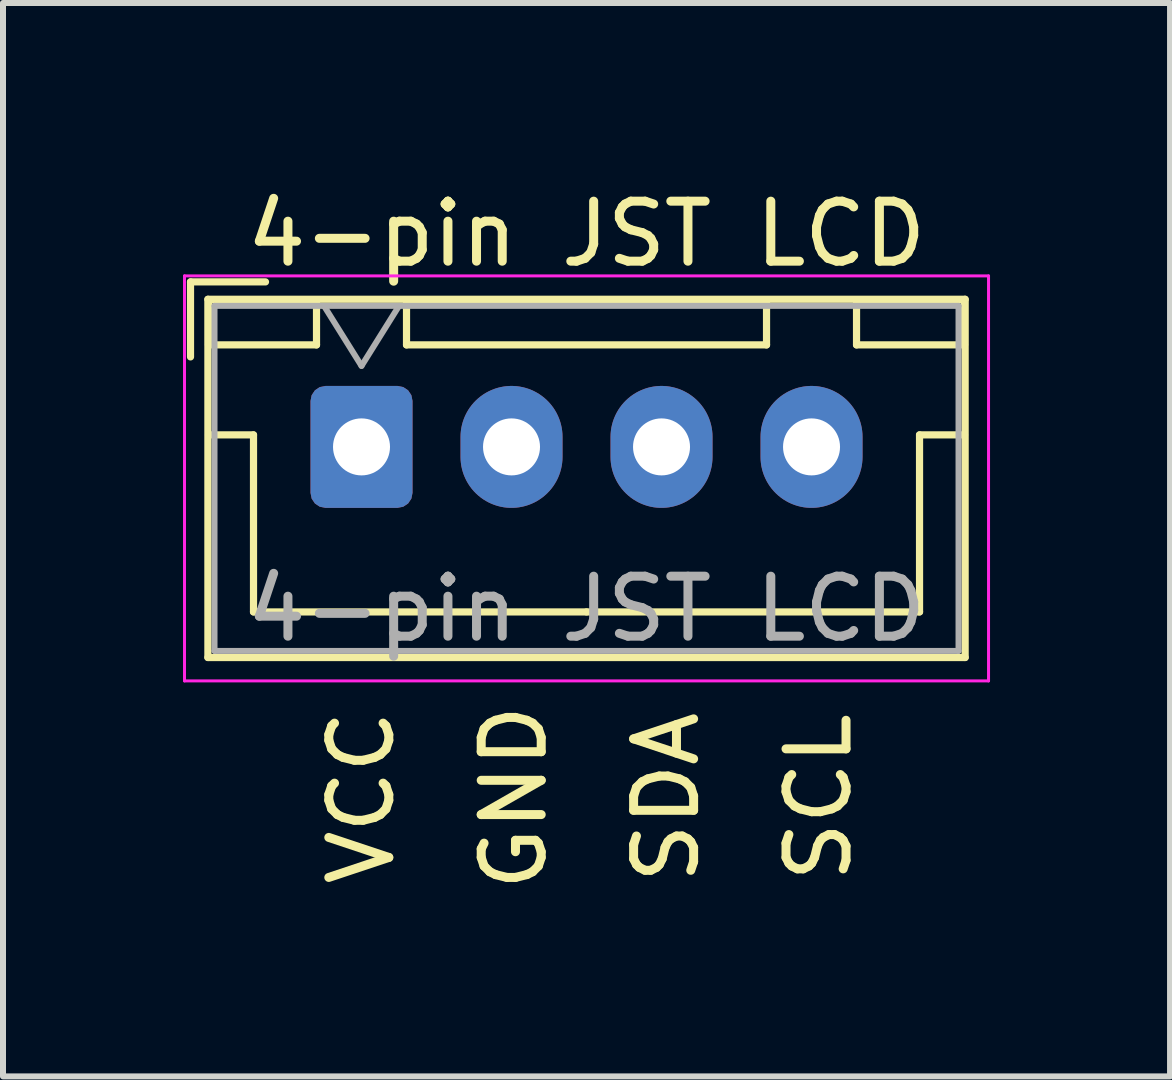
<source format=kicad_pcb>
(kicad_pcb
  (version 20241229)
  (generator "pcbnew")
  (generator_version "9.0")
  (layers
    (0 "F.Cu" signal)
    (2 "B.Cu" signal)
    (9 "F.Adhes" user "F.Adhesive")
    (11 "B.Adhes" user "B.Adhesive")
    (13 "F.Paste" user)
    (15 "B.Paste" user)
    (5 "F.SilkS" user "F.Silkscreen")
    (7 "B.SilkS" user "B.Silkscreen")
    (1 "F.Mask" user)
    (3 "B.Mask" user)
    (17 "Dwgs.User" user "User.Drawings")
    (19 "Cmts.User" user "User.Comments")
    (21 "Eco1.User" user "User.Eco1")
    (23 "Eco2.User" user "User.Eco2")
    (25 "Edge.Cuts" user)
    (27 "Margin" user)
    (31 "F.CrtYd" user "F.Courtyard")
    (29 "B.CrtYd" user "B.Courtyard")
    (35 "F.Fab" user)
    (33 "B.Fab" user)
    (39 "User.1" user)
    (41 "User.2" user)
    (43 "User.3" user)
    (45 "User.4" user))
  (footprint "4-pin JST LCD"
    (layer "F.Cu")
    (at 2.975 4.398)
    (property "Reference" "4-pin JST LCD" (at 3.75 -3.55 0) (layer "F.SilkS") (effects (font (size 1 1) (thickness 0.15))))
    (attr through_hole)
    (fp_line (start -2.85 -2.75) (end -2.85 -1.5) (stroke (width 0.12) (type solid)) (layer "F.SilkS"))
    (fp_line (start -2.56 -2.46) (end -2.56 3.51) (stroke (width 0.12) (type solid)) (layer "F.SilkS"))
    (fp_line (start -2.56 3.51) (end 10.06 3.51) (stroke (width 0.12) (type solid)) (layer "F.SilkS"))
    (fp_line (start -2.55 -2.45) (end -2.55 -1.7) (stroke (width 0.12) (type solid)) (layer "F.SilkS"))
    (fp_line (start -2.55 -1.7) (end -0.75 -1.7) (stroke (width 0.12) (type solid)) (layer "F.SilkS"))
    (fp_line (start -2.55 -0.2) (end -1.8 -0.2) (stroke (width 0.12) (type solid)) (layer "F.SilkS"))
    (fp_line (start -1.8 -0.2) (end -1.8 2.75) (stroke (width 0.12) (type solid)) (layer "F.SilkS"))
    (fp_line (start -1.8 2.75) (end 3.75 2.75) (stroke (width 0.12) (type solid)) (layer "F.SilkS"))
    (fp_line (start -1.6 -2.75) (end -2.85 -2.75) (stroke (width 0.12) (type solid)) (layer "F.SilkS"))
    (fp_line (start -0.75 -2.45) (end -2.55 -2.45) (stroke (width 0.12) (type solid)) (layer "F.SilkS"))
    (fp_line (start -0.75 -1.7) (end -0.75 -2.45) (stroke (width 0.12) (type solid)) (layer "F.SilkS"))
    (fp_line (start 0.75 -2.45) (end 0.75 -1.7) (stroke (width 0.12) (type solid)) (layer "F.SilkS"))
    (fp_line (start 0.75 -1.7) (end 6.75 -1.7) (stroke (width 0.12) (type solid)) (layer "F.SilkS"))
    (fp_line (start 6.75 -2.45) (end 0.75 -2.45) (stroke (width 0.12) (type solid)) (layer "F.SilkS"))
    (fp_line (start 6.75 -1.7) (end 6.75 -2.45) (stroke (width 0.12) (type solid)) (layer "F.SilkS"))
    (fp_line (start 8.25 -2.45) (end 8.25 -1.7) (stroke (width 0.12) (type solid)) (layer "F.SilkS"))
    (fp_line (start 8.25 -1.7) (end 10.05 -1.7) (stroke (width 0.12) (type solid)) (layer "F.SilkS"))
    (fp_line (start 9.3 -0.2) (end 9.3 2.75) (stroke (width 0.12) (type solid)) (layer "F.SilkS"))
    (fp_line (start 9.3 2.75) (end 3.75 2.75) (stroke (width 0.12) (type solid)) (layer "F.SilkS"))
    (fp_line (start 10.05 -2.45) (end 8.25 -2.45) (stroke (width 0.12) (type solid)) (layer "F.SilkS"))
    (fp_line (start 10.05 -1.7) (end 10.05 -2.45) (stroke (width 0.12) (type solid)) (layer "F.SilkS"))
    (fp_line (start 10.05 -0.2) (end 9.3 -0.2) (stroke (width 0.12) (type solid)) (layer "F.SilkS"))
    (fp_line (start 10.06 -2.46) (end -2.56 -2.46) (stroke (width 0.12) (type solid)) (layer "F.SilkS"))
    (fp_line (start 10.06 3.51) (end 10.06 -2.46) (stroke (width 0.12) (type solid)) (layer "F.SilkS"))
    (fp_line (start -2.95 -2.85) (end -2.95 3.9) (stroke (width 0.05) (type solid)) (layer "F.CrtYd"))
    (fp_line (start -2.95 3.9) (end 10.45 3.9) (stroke (width 0.05) (type solid)) (layer "F.CrtYd"))
    (fp_line (start 10.45 -2.85) (end -2.95 -2.85) (stroke (width 0.05) (type solid)) (layer "F.CrtYd"))
    (fp_line (start 10.45 3.9) (end 10.45 -2.85) (stroke (width 0.05) (type solid)) (layer "F.CrtYd"))
    (fp_line (start -2.45 -2.35) (end -2.45 3.4) (stroke (width 0.1) (type solid)) (layer "F.Fab"))
    (fp_line (start -2.45 3.4) (end 9.95 3.4) (stroke (width 0.1) (type solid)) (layer "F.Fab"))
    (fp_line (start -0.625 -2.35) (end 0 -1.35) (stroke (width 0.1) (type solid)) (layer "F.Fab"))
    (fp_line (start 0 -1.35) (end 0.625 -2.35) (stroke (width 0.1) (type solid)) (layer "F.Fab"))
    (fp_line (start 9.95 -2.35) (end -2.45 -2.35) (stroke (width 0.1) (type solid)) (layer "F.Fab"))
    (fp_line (start 9.95 3.4) (end 9.95 -2.35) (stroke (width 0.1) (type solid)) (layer "F.Fab"))
    (fp_text user "SCL" (at 7.62 5.842 90) (unlocked yes) (layer "F.SilkS") (effects (font (size 1 1) (thickness 0.15))))
    (fp_text user "VCC" (at 0 5.842 90) (unlocked yes) (layer "F.SilkS") (effects (font (size 1 1) (thickness 0.15))))
    (fp_text user "GND" (at 2.54 5.842 90) (unlocked yes) (layer "F.SilkS") (effects (font (size 1 1) (thickness 0.15))))
    (fp_text user "SDA" (at 5.08 5.842 90) (unlocked yes) (layer "F.SilkS") (effects (font (size 1 1) (thickness 0.15))))
    (fp_text user "${REFERENCE}" (at 3.75 2.7 0) (layer "F.Fab") (effects (font (size 1 1) (thickness 0.15))))
    (pad "1" thru_hole roundrect (at 0 0) (size 1.7 2.032) (drill 0.95) (layers "*.Cu" "*.Mask") (roundrect_rratio 0.147))
    (pad "2" thru_hole oval (at 2.5 0) (size 1.7 2.032) (drill 0.95) (layers "*.Cu" "*.Mask"))
    (pad "3" thru_hole oval (at 5 0) (size 1.7 2.032) (drill 0.95) (layers "*.Cu" "*.Mask"))
    (pad "4" thru_hole oval (at 7.5 0) (size 1.7 2.032) (drill 0.95) (layers "*.Cu" "*.Mask")))
  (gr_rect
    (start -3 -3)
    (end 16.45 14.889)
    (stroke (width 0.1) (type default))
    (fill no)
    (layer "Edge.Cuts")))
</source>
